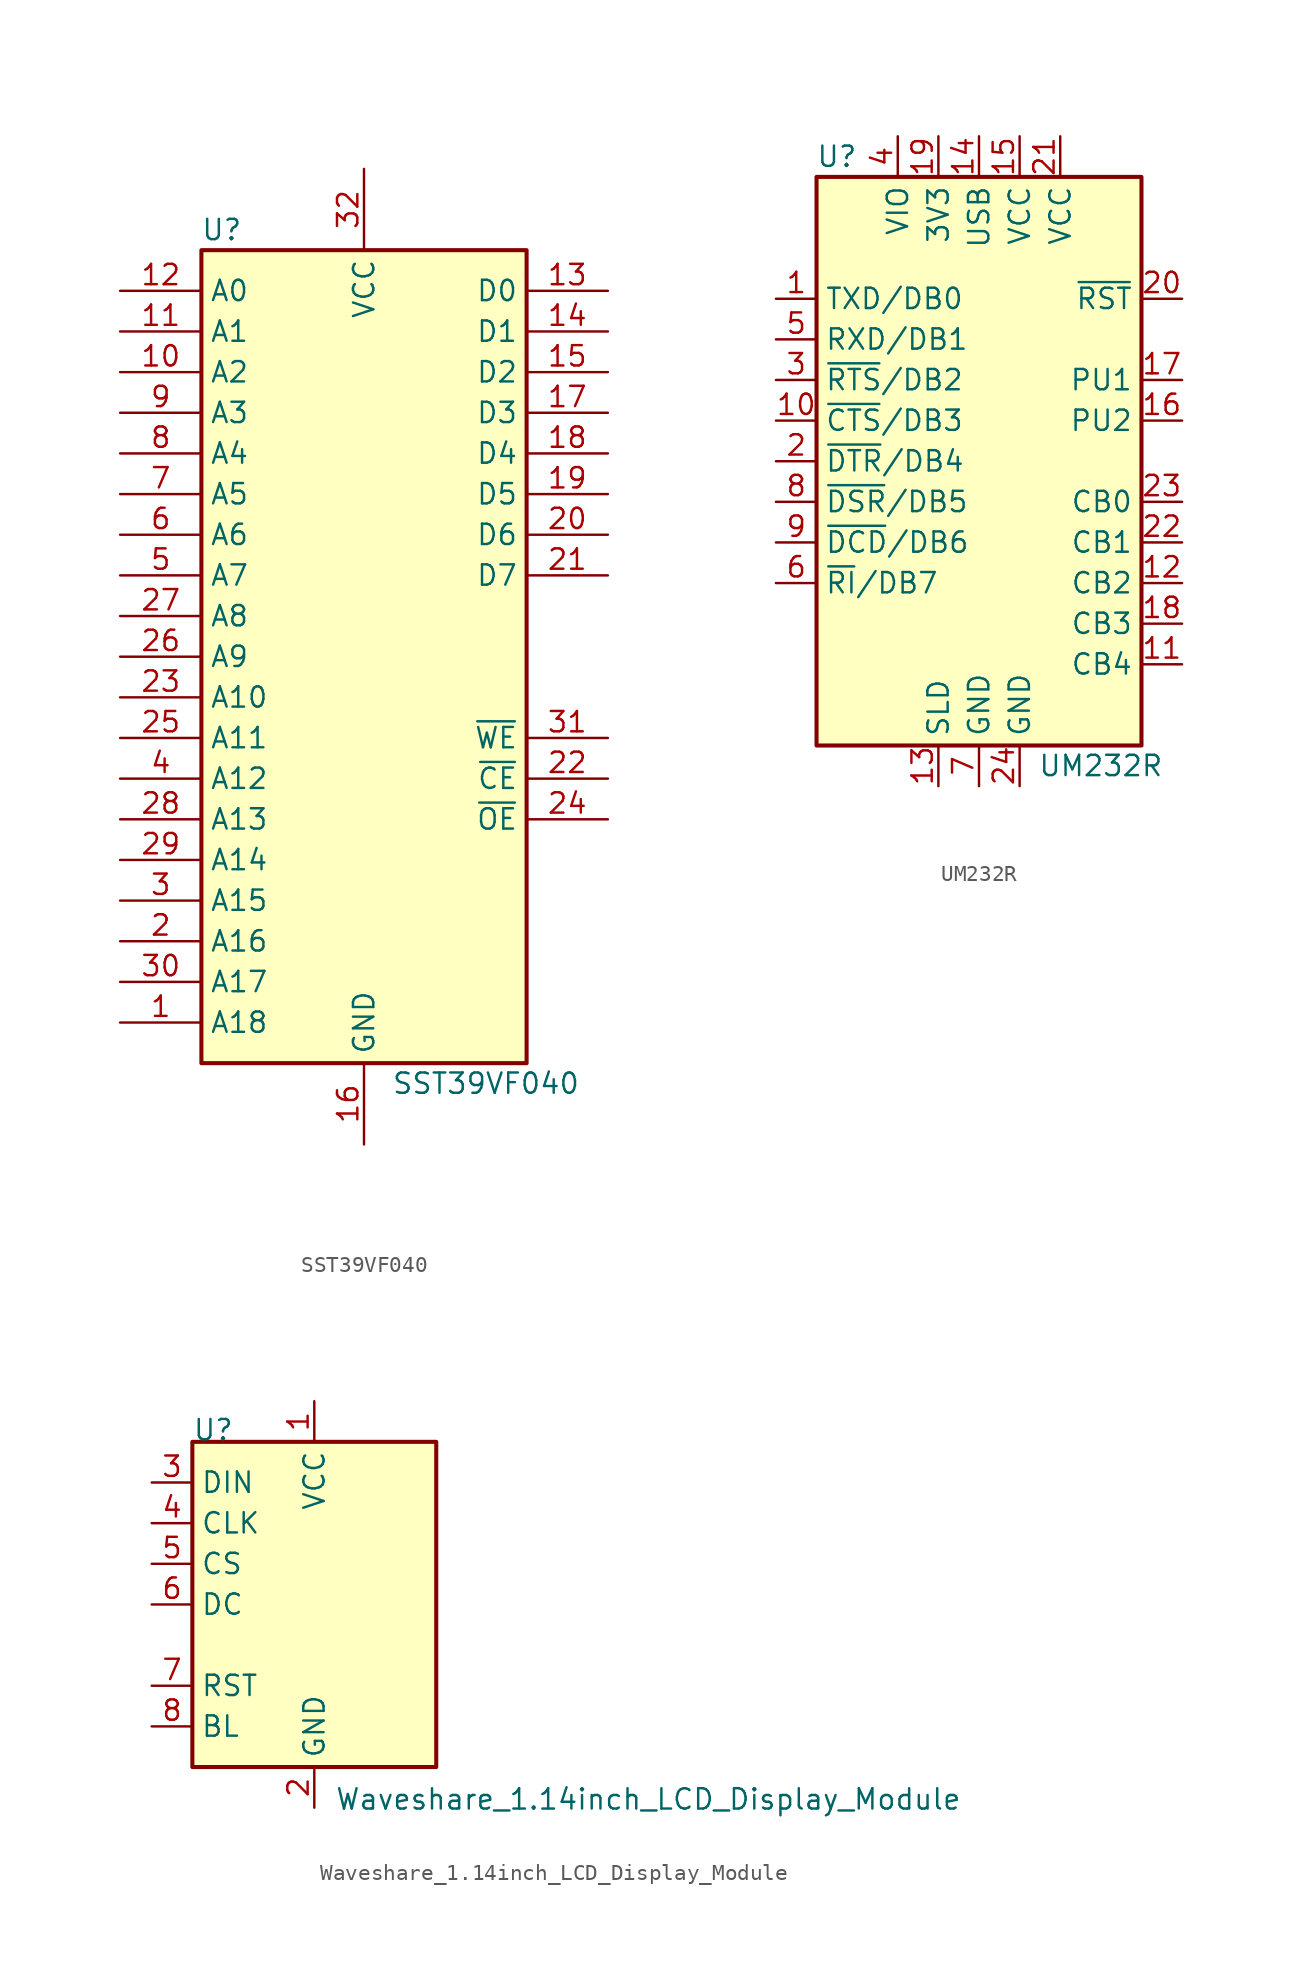
<source format=kicad_sym>
(kicad_symbol_lib
  (version 20231120)
  (generator "kicad_symbol_editor")
  (generator_version "8.0")
  (symbol "SST39VF040"
    (property "Reference" "U"
      (at -8.89 26.67 0)
      (effects (font (size 1.27 1.27))))
    (property "Value" "SST39VF040"
      (at 7.62 -26.67 0)
      (effects (font (size 1.27 1.27))))
    (symbol "SST39VF040_0_0"
      (pin power_in line (at 0 -30.48 90) (length 5.08) (name "GND" (effects (font (size 1.27 1.27)))) (number "16" (effects (font (size 1.27 1.27)))))
      (pin power_in line (at 0 30.48 270) (length 5.08) (name "VCC" (effects (font (size 1.27 1.27)))) (number "32" (effects (font (size 1.27 1.27))))))
    (symbol "SST39VF040_0_1"
      (rectangle (start -10.16 25.4) (end 10.16 -25.4) (stroke (width 0.254) (type default)) (fill (type background))))
    (symbol "SST39VF040_1_1"
      (pin input line (at -15.24 -22.86 0) (length 5.08) (name "A18" (effects (font (size 1.27 1.27)))) (number "1" (effects (font (size 1.27 1.27)))))
      (pin input line (at -15.24 17.78 0) (length 5.08) (name "A2" (effects (font (size 1.27 1.27)))) (number "10" (effects (font (size 1.27 1.27)))))
      (pin input line (at -15.24 20.32 0) (length 5.08) (name "A1" (effects (font (size 1.27 1.27)))) (number "11" (effects (font (size 1.27 1.27)))))
      (pin input line (at -15.24 22.86 0) (length 5.08) (name "A0" (effects (font (size 1.27 1.27)))) (number "12" (effects (font (size 1.27 1.27)))))
      (pin tri_state line (at 15.24 22.86 180) (length 5.08) (name "D0" (effects (font (size 1.27 1.27)))) (number "13" (effects (font (size 1.27 1.27)))))
      (pin tri_state line (at 15.24 20.32 180) (length 5.08) (name "D1" (effects (font (size 1.27 1.27)))) (number "14" (effects (font (size 1.27 1.27)))))
      (pin tri_state line (at 15.24 17.78 180) (length 5.08) (name "D2" (effects (font (size 1.27 1.27)))) (number "15" (effects (font (size 1.27 1.27)))))
      (pin tri_state line (at 15.24 15.24 180) (length 5.08) (name "D3" (effects (font (size 1.27 1.27)))) (number "17" (effects (font (size 1.27 1.27)))))
      (pin tri_state line (at 15.24 12.7 180) (length 5.08) (name "D4" (effects (font (size 1.27 1.27)))) (number "18" (effects (font (size 1.27 1.27)))))
      (pin tri_state line (at 15.24 10.16 180) (length 5.08) (name "D5" (effects (font (size 1.27 1.27)))) (number "19" (effects (font (size 1.27 1.27)))))
      (pin input line (at -15.24 -17.78 0) (length 5.08) (name "A16" (effects (font (size 1.27 1.27)))) (number "2" (effects (font (size 1.27 1.27)))))
      (pin tri_state line (at 15.24 7.62 180) (length 5.08) (name "D6" (effects (font (size 1.27 1.27)))) (number "20" (effects (font (size 1.27 1.27)))))
      (pin tri_state line (at 15.24 5.08 180) (length 5.08) (name "D7" (effects (font (size 1.27 1.27)))) (number "21" (effects (font (size 1.27 1.27)))))
      (pin input line (at 15.24 -7.62 180) (length 5.08) (name "~{CE}" (effects (font (size 1.27 1.27)))) (number "22" (effects (font (size 1.27 1.27)))))
      (pin input line (at -15.24 -2.54 0) (length 5.08) (name "A10" (effects (font (size 1.27 1.27)))) (number "23" (effects (font (size 1.27 1.27)))))
      (pin input line (at 15.24 -10.16 180) (length 5.08) (name "~{OE}" (effects (font (size 1.27 1.27)))) (number "24" (effects (font (size 1.27 1.27)))))
      (pin input line (at -15.24 -5.08 0) (length 5.08) (name "A11" (effects (font (size 1.27 1.27)))) (number "25" (effects (font (size 1.27 1.27)))))
      (pin input line (at -15.24 0 0) (length 5.08) (name "A9" (effects (font (size 1.27 1.27)))) (number "26" (effects (font (size 1.27 1.27)))))
      (pin input line (at -15.24 2.54 0) (length 5.08) (name "A8" (effects (font (size 1.27 1.27)))) (number "27" (effects (font (size 1.27 1.27)))))
      (pin input line (at -15.24 -10.16 0) (length 5.08) (name "A13" (effects (font (size 1.27 1.27)))) (number "28" (effects (font (size 1.27 1.27)))))
      (pin input line (at -15.24 -12.7 0) (length 5.08) (name "A14" (effects (font (size 1.27 1.27)))) (number "29" (effects (font (size 1.27 1.27)))))
      (pin input line (at -15.24 -15.24 0) (length 5.08) (name "A15" (effects (font (size 1.27 1.27)))) (number "3" (effects (font (size 1.27 1.27)))))
      (pin input line (at -15.24 -20.32 0) (length 5.08) (name "A17" (effects (font (size 1.27 1.27)))) (number "30" (effects (font (size 1.27 1.27)))))
      (pin input line (at 15.24 -5.08 180) (length 5.08) (name "~{WE}" (effects (font (size 1.27 1.27)))) (number "31" (effects (font (size 1.27 1.27)))))
      (pin input line (at -15.24 -7.62 0) (length 5.08) (name "A12" (effects (font (size 1.27 1.27)))) (number "4" (effects (font (size 1.27 1.27)))))
      (pin input line (at -15.24 5.08 0) (length 5.08) (name "A7" (effects (font (size 1.27 1.27)))) (number "5" (effects (font (size 1.27 1.27)))))
      (pin input line (at -15.24 7.62 0) (length 5.08) (name "A6" (effects (font (size 1.27 1.27)))) (number "6" (effects (font (size 1.27 1.27)))))
      (pin input line (at -15.24 10.16 0) (length 5.08) (name "A5" (effects (font (size 1.27 1.27)))) (number "7" (effects (font (size 1.27 1.27)))))
      (pin input line (at -15.24 12.7 0) (length 5.08) (name "A4" (effects (font (size 1.27 1.27)))) (number "8" (effects (font (size 1.27 1.27)))))
      (pin input line (at -15.24 15.24 0) (length 5.08) (name "A3" (effects (font (size 1.27 1.27)))) (number "9" (effects (font (size 1.27 1.27)))))))
  (symbol "UM232R"
    (property "Reference" "U"
      (at -8.89 19.05 0)
      (effects (font (size 1.27 1.27))))
    (property "Value" "UM232R"
      (at 7.62 -19.05 0)
      (effects (font (size 1.27 1.27))))
    (symbol "UM232R_1_1"
      (rectangle (start -10.16 -17.78) (end 10.16 17.78) (stroke (width 0.254) (type default)) (fill (type background)))
      (pin bidirectional line (at -12.7 10.16 0) (length 2.54) (name "TXD/DB0" (effects (font (size 1.27 1.27)))) (number "1" (effects (font (size 1.27 1.27)))))
      (pin bidirectional line (at -12.7 2.54 0) (length 2.54) (name "~{CTS}/DB3" (effects (font (size 1.27 1.27)))) (number "10" (effects (font (size 1.27 1.27)))))
      (pin bidirectional line (at 12.7 -12.7 180) (length 2.54) (name "CB4" (effects (font (size 1.27 1.27)))) (number "11" (effects (font (size 1.27 1.27)))))
      (pin bidirectional line (at 12.7 -7.62 180) (length 2.54) (name "CB2" (effects (font (size 1.27 1.27)))) (number "12" (effects (font (size 1.27 1.27)))))
      (pin passive line (at -2.54 -20.32 90) (length 2.54) (name "SLD" (effects (font (size 1.27 1.27)))) (number "13" (effects (font (size 1.27 1.27)))))
      (pin power_out line (at 0 20.32 270) (length 2.54) (name "USB" (effects (font (size 1.27 1.27)))) (number "14" (effects (font (size 1.27 1.27)))))
      (pin power_in line (at 2.54 20.32 270) (length 2.54) (name "VCC" (effects (font (size 1.27 1.27)))) (number "15" (effects (font (size 1.27 1.27)))))
      (pin input line (at 12.7 2.54 180) (length 2.54) (name "PU2" (effects (font (size 1.27 1.27)))) (number "16" (effects (font (size 1.27 1.27)))))
      (pin input line (at 12.7 5.08 180) (length 2.54) (name "PU1" (effects (font (size 1.27 1.27)))) (number "17" (effects (font (size 1.27 1.27)))))
      (pin bidirectional line (at 12.7 -10.16 180) (length 2.54) (name "CB3" (effects (font (size 1.27 1.27)))) (number "18" (effects (font (size 1.27 1.27)))))
      (pin power_out line (at -2.54 20.32 270) (length 2.54) (name "3V3" (effects (font (size 1.27 1.27)))) (number "19" (effects (font (size 1.27 1.27)))))
      (pin bidirectional line (at -12.7 0 0) (length 2.54) (name "~{DTR}/DB4" (effects (font (size 1.27 1.27)))) (number "2" (effects (font (size 1.27 1.27)))))
      (pin input line (at 12.7 10.16 180) (length 2.54) (name "~{RST}" (effects (font (size 1.27 1.27)))) (number "20" (effects (font (size 1.27 1.27)))))
      (pin power_in line (at 5.08 20.32 270) (length 2.54) (name "VCC" (effects (font (size 1.27 1.27)))) (number "21" (effects (font (size 1.27 1.27)))))
      (pin bidirectional line (at 12.7 -5.08 180) (length 2.54) (name "CB1" (effects (font (size 1.27 1.27)))) (number "22" (effects (font (size 1.27 1.27)))))
      (pin bidirectional line (at 12.7 -2.54 180) (length 2.54) (name "CB0" (effects (font (size 1.27 1.27)))) (number "23" (effects (font (size 1.27 1.27)))))
      (pin power_out line (at 2.54 -20.32 90) (length 2.54) (name "GND" (effects (font (size 1.27 1.27)))) (number "24" (effects (font (size 1.27 1.27)))))
      (pin bidirectional line (at -12.7 5.08 0) (length 2.54) (name "~{RTS}/DB2" (effects (font (size 1.27 1.27)))) (number "3" (effects (font (size 1.27 1.27)))))
      (pin power_in line (at -5.08 20.32 270) (length 2.54) (name "VIO" (effects (font (size 1.27 1.27)))) (number "4" (effects (font (size 1.27 1.27)))))
      (pin bidirectional line (at -12.7 7.62 0) (length 2.54) (name "RXD/DB1" (effects (font (size 1.27 1.27)))) (number "5" (effects (font (size 1.27 1.27)))))
      (pin bidirectional line (at -12.7 -7.62 0) (length 2.54) (name "~{RI}/DB7" (effects (font (size 1.27 1.27)))) (number "6" (effects (font (size 1.27 1.27)))))
      (pin power_out line (at 0 -20.32 90) (length 2.54) (name "GND" (effects (font (size 1.27 1.27)))) (number "7" (effects (font (size 1.27 1.27)))))
      (pin bidirectional line (at -12.7 -2.54 0) (length 2.54) (name "~{DSR}/DB5" (effects (font (size 1.27 1.27)))) (number "8" (effects (font (size 1.27 1.27)))))
      (pin bidirectional line (at -12.7 -5.08 0) (length 2.54) (name "~{DCD}/DB6" (effects (font (size 1.27 1.27)))) (number "9" (effects (font (size 1.27 1.27)))))))
  (symbol "Waveshare_1.14inch_LCD_Display_Module"
    (property "Reference" "U"
      (at -7.62 10.16 0)
      (effects (font (size 1.27 1.27)) (justify left bottom)))
    (property "Value" "Waveshare_1.14inch_LCD_Display_Module"
      (at 1.27 -11.43 0)
      (effects (font (size 1.27 1.27)) (justify left top)))
    (symbol "Waveshare_1.14inch_LCD_Display_Module_0_1"
      (rectangle (start -7.62 10.16) (end 7.62 -10.16) (stroke (width 0.254) (type default)) (fill (type background))))
    (symbol "Waveshare_1.14inch_LCD_Display_Module_1_1"
      (pin power_in line (at 0 12.7 270) (length 2.54) (name "VCC" (effects (font (size 1.27 1.27)))) (number "1" (effects (font (size 1.27 1.27)))))
      (pin power_in line (at 0 -12.7 90) (length 2.54) (name "GND" (effects (font (size 1.27 1.27)))) (number "2" (effects (font (size 1.27 1.27)))))
      (pin input line (at -10.16 7.62 0) (length 2.54) (name "DIN" (effects (font (size 1.27 1.27)))) (number "3" (effects (font (size 1.27 1.27)))))
      (pin input line (at -10.16 5.08 0) (length 2.54) (name "CLK" (effects (font (size 1.27 1.27)))) (number "4" (effects (font (size 1.27 1.27)))))
      (pin input line (at -10.16 2.54 0) (length 2.54) (name "CS" (effects (font (size 1.27 1.27)))) (number "5" (effects (font (size 1.27 1.27)))))
      (pin input line (at -10.16 0 0) (length 2.54) (name "DC" (effects (font (size 1.27 1.27)))) (number "6" (effects (font (size 1.27 1.27)))))
      (pin input line (at -10.16 -5.08 0) (length 2.54) (name "RST" (effects (font (size 1.27 1.27)))) (number "7" (effects (font (size 1.27 1.27)))))
      (pin input line (at -10.16 -7.62 0) (length 2.54) (name "BL" (effects (font (size 1.27 1.27)))) (number "8" (effects (font (size 1.27 1.27))))))))
</source>
